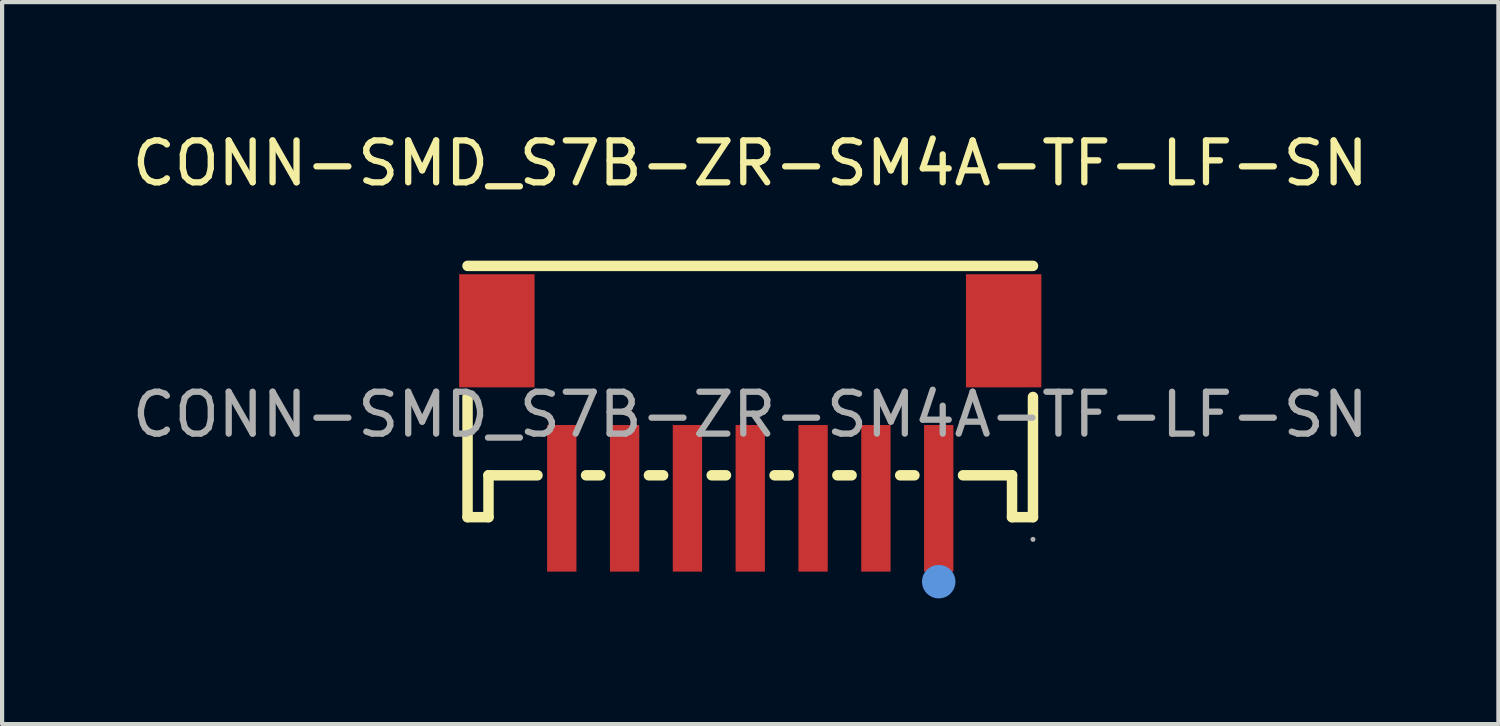
<source format=kicad_pcb>
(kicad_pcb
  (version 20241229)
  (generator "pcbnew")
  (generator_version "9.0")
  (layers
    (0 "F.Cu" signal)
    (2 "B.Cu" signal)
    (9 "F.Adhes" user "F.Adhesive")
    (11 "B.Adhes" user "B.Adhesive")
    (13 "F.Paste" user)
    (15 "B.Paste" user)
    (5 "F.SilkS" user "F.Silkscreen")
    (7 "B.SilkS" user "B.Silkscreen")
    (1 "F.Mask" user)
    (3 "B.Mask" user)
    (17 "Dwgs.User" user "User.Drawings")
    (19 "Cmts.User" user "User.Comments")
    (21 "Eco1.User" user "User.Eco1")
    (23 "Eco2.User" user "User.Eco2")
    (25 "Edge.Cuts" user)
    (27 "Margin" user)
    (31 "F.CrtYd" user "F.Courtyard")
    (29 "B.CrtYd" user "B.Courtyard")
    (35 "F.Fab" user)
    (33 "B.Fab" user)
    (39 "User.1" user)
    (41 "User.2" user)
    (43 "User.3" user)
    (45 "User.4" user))
  (footprint "CONN-SMD_S7B-ZR-SM4A-TF-LF-SN"
    (layer "F.Cu")
    (at 14.863 6.848)
    (property "Reference" "CONN-SMD_S7B-ZR-SM4A-TF-LF-SN" (at 0 -6 0) (layer "F.SilkS") (effects (font (size 1 1) (thickness 0.15))))
    (attr smd)
    (fp_line (start -6.75 -0.42) (end -6.75 2.45) (stroke (width 0.25) (type solid)) (layer "F.SilkS"))
    (fp_line (start -6.75 2.45) (end -6.25 2.45) (stroke (width 0.25) (type solid)) (layer "F.SilkS"))
    (fp_line (start -6.25 1.45) (end -5.08 1.45) (stroke (width 0.25) (type solid)) (layer "F.SilkS"))
    (fp_line (start -6.25 2.45) (end -6.25 1.45) (stroke (width 0.25) (type solid)) (layer "F.SilkS"))
    (fp_line (start -3.92 1.45) (end -3.58 1.45) (stroke (width 0.25) (type solid)) (layer "F.SilkS"))
    (fp_line (start -2.42 1.45) (end -2.08 1.45) (stroke (width 0.25) (type solid)) (layer "F.SilkS"))
    (fp_line (start -0.92 1.45) (end -0.58 1.45) (stroke (width 0.25) (type solid)) (layer "F.SilkS"))
    (fp_line (start 0.58 1.45) (end 0.92 1.45) (stroke (width 0.25) (type solid)) (layer "F.SilkS"))
    (fp_line (start 2.08 1.45) (end 2.42 1.45) (stroke (width 0.25) (type solid)) (layer "F.SilkS"))
    (fp_line (start 3.58 1.45) (end 3.92 1.45) (stroke (width 0.25) (type solid)) (layer "F.SilkS"))
    (fp_line (start 5.08 1.45) (end 6.25 1.45) (stroke (width 0.25) (type solid)) (layer "F.SilkS"))
    (fp_line (start 6.25 1.45) (end 6.25 2.45) (stroke (width 0.25) (type solid)) (layer "F.SilkS"))
    (fp_line (start 6.25 2.45) (end 6.75 2.45) (stroke (width 0.25) (type solid)) (layer "F.SilkS"))
    (fp_line (start 6.75 -3.55) (end -6.75 -3.55) (stroke (width 0.25) (type solid)) (layer "F.SilkS"))
    (fp_line (start 6.75 2.45) (end 6.75 -0.42) (stroke (width 0.25) (type solid)) (layer "F.SilkS"))
    (fp_circle (center 4.5 3.99) (end 4.7 3.99) (stroke (width 0.4) (type solid)) (fill no) (layer "Cmts.User"))
    (fp_circle (center 6.75 2.98) (end 6.78 2.98) (stroke (width 0.06) (type solid)) (fill no) (layer "F.Fab"))
    (fp_text user "${REFERENCE}" (at 0 0 0) (layer "F.Fab") (effects (font (size 1 1) (thickness 0.15))))
    (pad "1" smd rect (at 4.5 2 180) (size 0.7 3.5) (layers "F.Cu" "F.Mask" "F.Paste"))
    (pad "2" smd rect (at 3 2 180) (size 0.7 3.5) (layers "F.Cu" "F.Mask" "F.Paste"))
    (pad "3" smd rect (at 1.5 2 180) (size 0.7 3.5) (layers "F.Cu" "F.Mask" "F.Paste"))
    (pad "4" smd rect (at 0 2 180) (size 0.7 3.5) (layers "F.Cu" "F.Mask" "F.Paste"))
    (pad "5" smd rect (at -1.5 2 180) (size 0.7 3.5) (layers "F.Cu" "F.Mask" "F.Paste"))
    (pad "6" smd rect (at -3 2 180) (size 0.7 3.5) (layers "F.Cu" "F.Mask" "F.Paste"))
    (pad "7" smd rect (at -4.5 2 180) (size 0.7 3.5) (layers "F.Cu" "F.Mask" "F.Paste"))
    (pad "8" smd rect (at -6.05 -2) (size 1.8 2.7) (layers "F.Cu" "F.Mask" "F.Paste"))
    (pad "9" smd rect (at 6.05 -2) (size 1.8 2.7) (layers "F.Cu" "F.Mask" "F.Paste")))
  (gr_rect
    (start -3 -3)
    (end 32.726 14.238)
    (stroke (width 0.1) (type default))
    (fill no)
    (layer "Edge.Cuts")))
</source>
